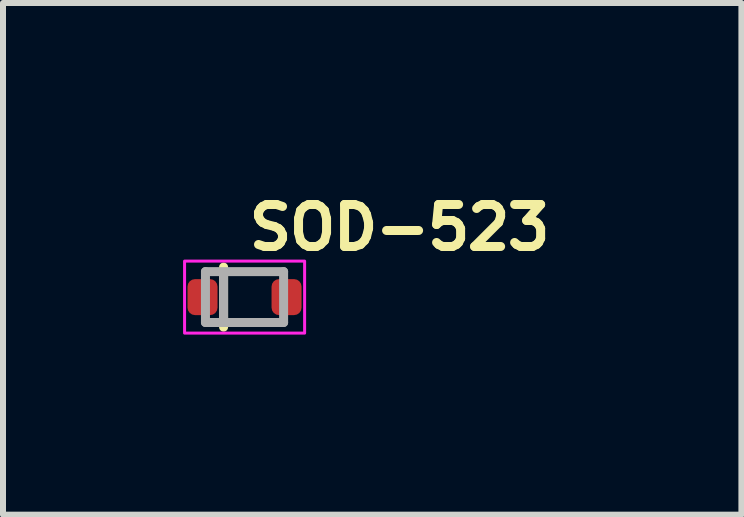
<source format=kicad_pcb>
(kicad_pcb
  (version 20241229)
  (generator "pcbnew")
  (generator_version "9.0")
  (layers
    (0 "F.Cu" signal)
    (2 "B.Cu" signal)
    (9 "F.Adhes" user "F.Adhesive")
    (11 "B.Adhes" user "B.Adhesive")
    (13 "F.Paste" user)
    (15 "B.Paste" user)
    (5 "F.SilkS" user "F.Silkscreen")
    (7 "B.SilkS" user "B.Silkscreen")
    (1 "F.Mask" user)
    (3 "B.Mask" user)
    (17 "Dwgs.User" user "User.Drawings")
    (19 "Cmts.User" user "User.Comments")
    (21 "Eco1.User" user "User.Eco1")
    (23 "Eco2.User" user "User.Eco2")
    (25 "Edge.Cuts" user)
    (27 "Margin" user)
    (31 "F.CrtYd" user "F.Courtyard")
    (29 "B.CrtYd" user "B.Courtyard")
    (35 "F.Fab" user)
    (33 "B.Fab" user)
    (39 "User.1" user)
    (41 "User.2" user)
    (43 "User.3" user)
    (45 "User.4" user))
  (footprint "SOD-523"
    (layer "F.Cu")
    (at 1.025 1.9)
    (property "Reference" "SOD-523" (at 0 -0.75 0) (layer "F.SilkS") (effects (font (size 0.7 0.7) (thickness 0.15)) (justify left bottom)))
    (attr smd)
    (fp_line (start -0.35 -0.5) (end -0.35 0.5) (stroke (width 0.15) (type solid)) (layer "F.SilkS"))
    (fp_rect (start -1 -0.6) (end 1 0.6) (stroke (width 0.05) (type solid)) (fill no) (layer "F.CrtYd"))
    (fp_line (start -0.652 -0.425) (end 0.65 -0.425) (stroke (width 0.15) (type solid)) (layer "F.Fab"))
    (fp_line (start -0.652 0.423) (end -0.652 -0.425) (stroke (width 0.15) (type solid)) (layer "F.Fab"))
    (fp_line (start -0.652 0.423) (end 0.65 0.423) (stroke (width 0.15) (type solid)) (layer "F.Fab"))
    (fp_line (start -0.35 -0.4) (end -0.35 0.4) (stroke (width 0.15) (type solid)) (layer "F.Fab"))
    (fp_line (start 0.65 -0.425) (end 0.65 0.423) (stroke (width 0.15) (type solid)) (layer "F.Fab"))
    (fp_rect (start -0.85 -0.452) (end 0.848 0.45) (stroke (width 0.1) (type solid)) (fill no) (layer "User.5"))
    (fp_line (start -0.85 -0.176) (end -0.85 0.174) (stroke (width 0.02) (type solid)) (layer "User.9"))
    (fp_line (start -0.85 0.174) (end -0.652 0.174) (stroke (width 0.02) (type solid)) (layer "User.9"))
    (fp_line (start -0.652 -0.452) (end 0.65 -0.452) (stroke (width 0.02) (type solid)) (layer "User.9"))
    (fp_line (start -0.652 -0.176) (end -0.85 -0.176) (stroke (width 0.02) (type solid)) (layer "User.9"))
    (fp_line (start -0.652 -0.176) (end -0.652 -0.452) (stroke (width 0.02) (type solid)) (layer "User.9"))
    (fp_line (start -0.652 0.174) (end -0.652 -0.176) (stroke (width 0.02) (type solid)) (layer "User.9"))
    (fp_line (start -0.652 0.45) (end -0.652 0.174) (stroke (width 0.02) (type solid)) (layer "User.9"))
    (fp_line (start -0.603 -0.404) (end -0.652 -0.452) (stroke (width 0.02) (type solid)) (layer "User.9"))
    (fp_line (start -0.603 -0.404) (end -0.554 -0.353) (stroke (width 0.02) (type solid)) (layer "User.9"))
    (fp_line (start -0.603 0.402) (end -0.652 0.45) (stroke (width 0.02) (type solid)) (layer "User.9"))
    (fp_line (start -0.603 0.402) (end -0.554 0.351) (stroke (width 0.02) (type solid)) (layer "User.9"))
    (fp_line (start -0.5 -0.293) (end -0.5 0.291) (stroke (width 0.02) (type solid)) (layer "User.9"))
    (fp_line (start -0.5 0.291) (end -0.402 0.291) (stroke (width 0.02) (type solid)) (layer "User.9"))
    (fp_line (start -0.402 -0.293) (end -0.5 -0.293) (stroke (width 0.02) (type solid)) (layer "User.9"))
    (fp_line (start -0.402 0.291) (end -0.402 -0.293) (stroke (width 0.02) (type solid)) (layer "User.9"))
    (fp_line (start 0.552 -0.353) (end 0.601 -0.404) (stroke (width 0.02) (type solid)) (layer "User.9"))
    (fp_line (start 0.552 0.351) (end 0.601 0.402) (stroke (width 0.02) (type solid)) (layer "User.9"))
    (fp_line (start 0.65 -0.452) (end 0.601 -0.404) (stroke (width 0.02) (type solid)) (layer "User.9"))
    (fp_line (start 0.65 -0.452) (end 0.65 -0.176) (stroke (width 0.02) (type solid)) (layer "User.9"))
    (fp_line (start 0.65 -0.176) (end 0.65 0.174) (stroke (width 0.02) (type solid)) (layer "User.9"))
    (fp_line (start 0.65 0.174) (end 0.65 0.45) (stroke (width 0.02) (type solid)) (layer "User.9"))
    (fp_line (start 0.65 0.174) (end 0.848 0.174) (stroke (width 0.02) (type solid)) (layer "User.9"))
    (fp_line (start 0.65 0.45) (end -0.652 0.45) (stroke (width 0.02) (type solid)) (layer "User.9"))
    (fp_line (start 0.65 0.45) (end 0.601 0.402) (stroke (width 0.02) (type solid)) (layer "User.9"))
    (fp_line (start 0.848 -0.176) (end 0.65 -0.176) (stroke (width 0.02) (type solid)) (layer "User.9"))
    (fp_line (start 0.848 0.174) (end 0.848 -0.176) (stroke (width 0.02) (type solid)) (layer "User.9"))
    (pad "1" smd roundrect (at -0.701 0) (size 0.5 0.6) (layers "F.Cu" "F.Mask" "F.Paste") (roundrect_rratio 0.25))
    (pad "2" smd roundrect (at 0.699 0) (size 0.5 0.6) (layers "F.Cu" "F.Mask" "F.Paste") (roundrect_rratio 0.25)))
  (gr_rect
    (start -3 -3)
    (end 9.302 5.525)
    (stroke (width 0.1) (type default))
    (fill no)
    (layer "Edge.Cuts")))
</source>
